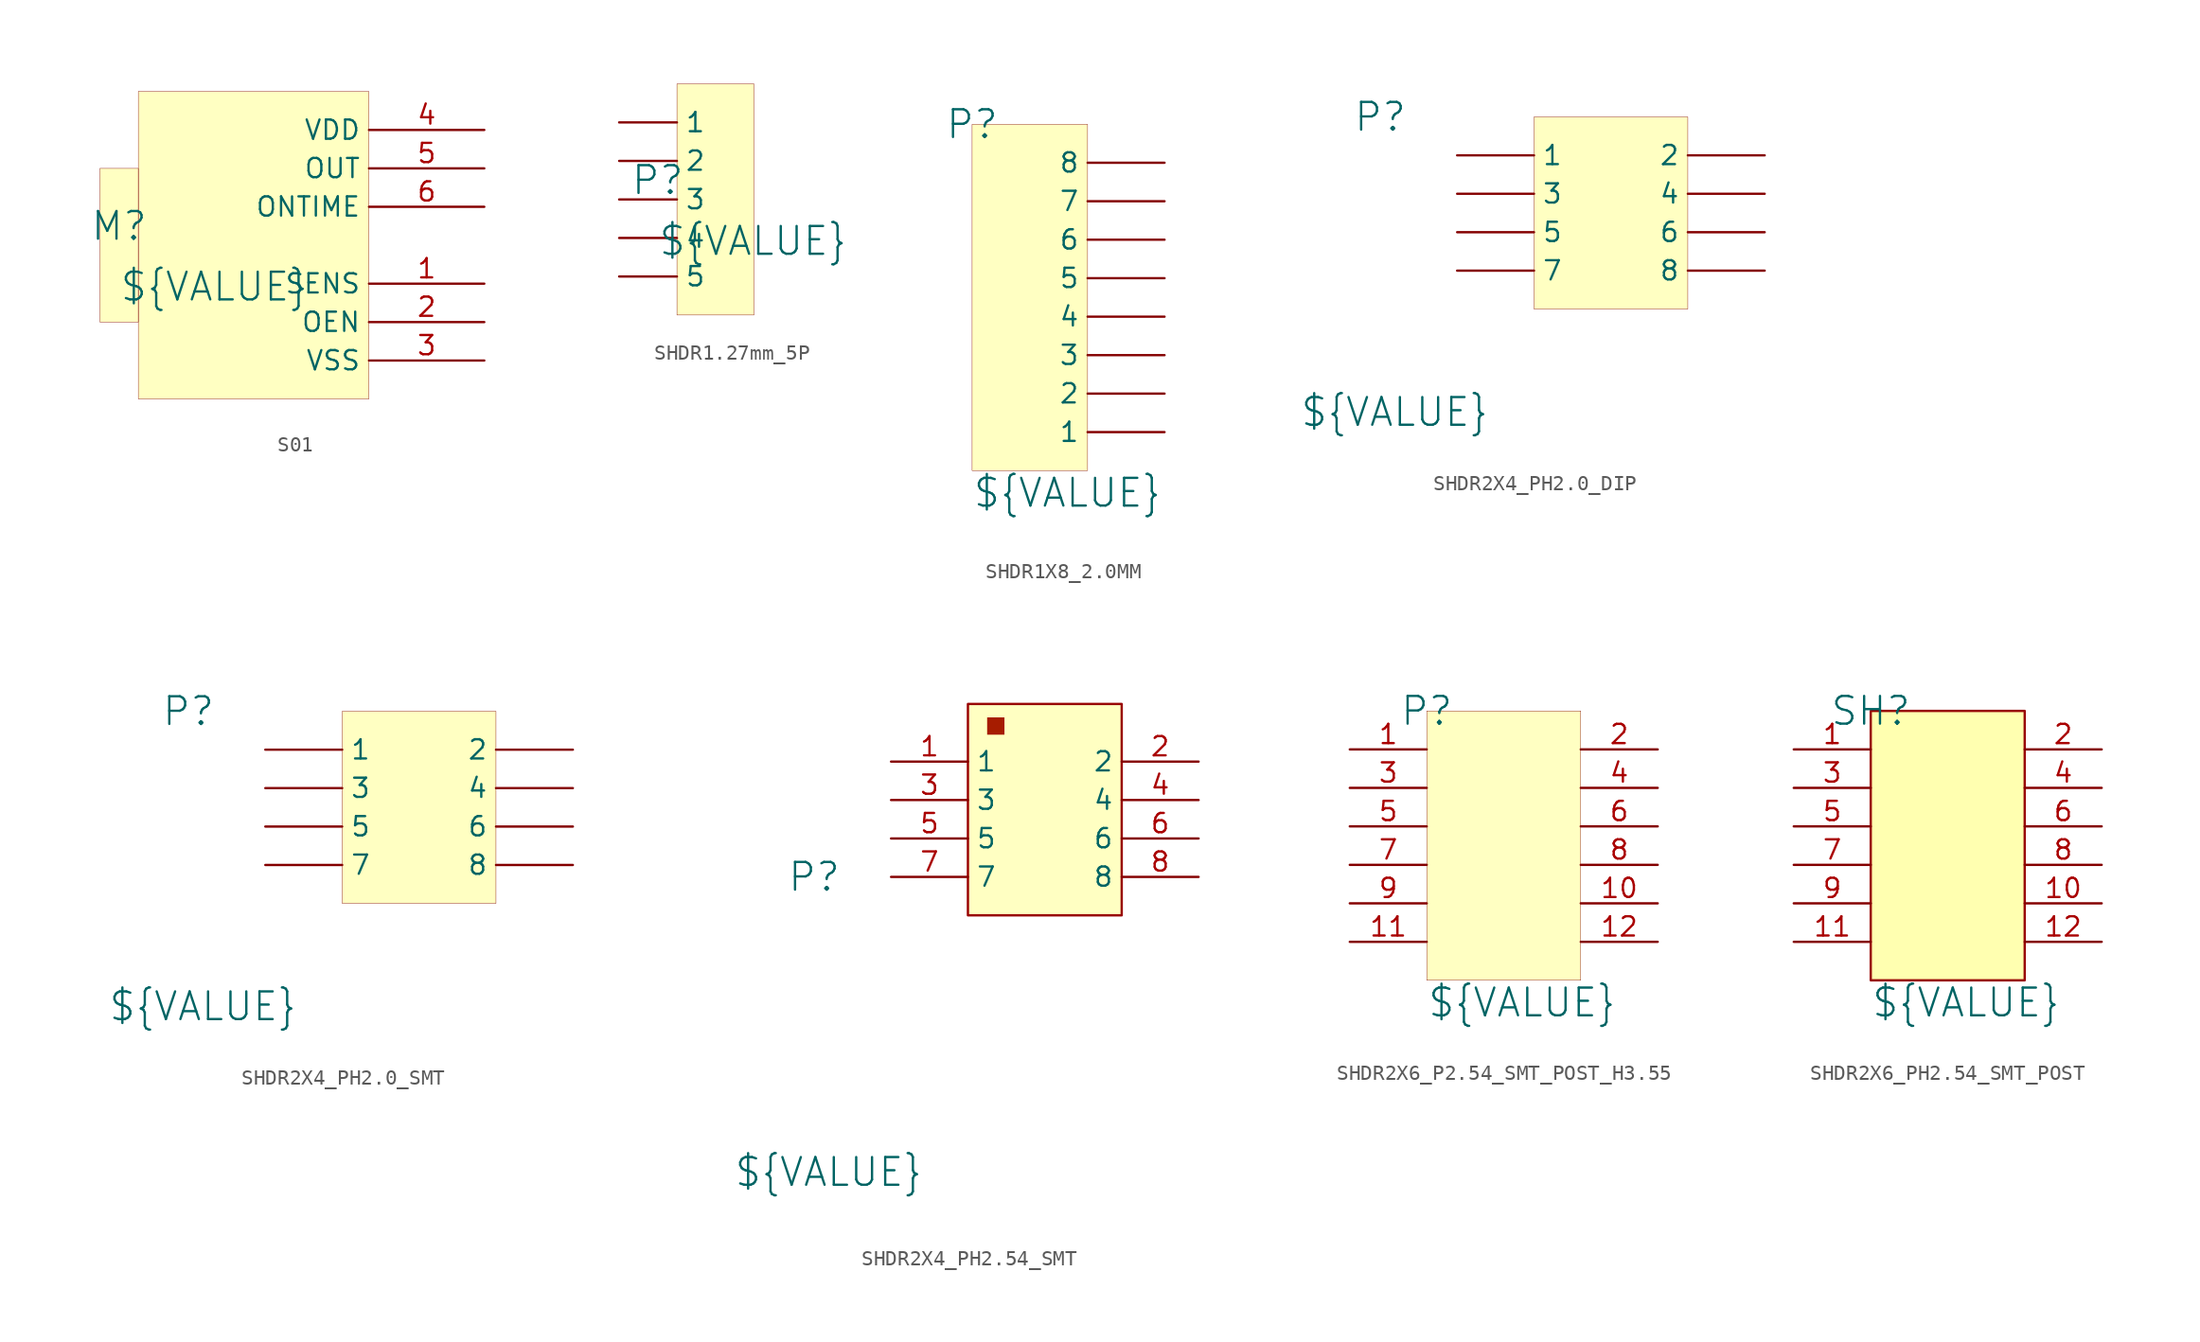
<source format=kicad_sym>
(kicad_symbol_lib
  (version 20241209)
  (generator "kicad_symbol_editor")
  (generator_version "9.0")
  (symbol "S01"
    (property "Reference" "M"
      (at -1.27 1.27 0)
      (effects (font (size 1.829 1.829))))
    (property "Value" "${VALUE}"
      (at -1.27 -3.81 0)
      (effects (font (size 1.829 1.829)) (justify left bottom)))
    (symbol "S01_1_0"
      (rectangle (start 0 10.16) (end 0 10.16) (stroke (width 0.025) (type solid) (color 128 0 0 1)) (fill (type background)))
      (rectangle (start 0 5.08) (end -2.54 -5.08) (stroke (width 0.025) (type solid) (color 128 0 0 1)) (fill (type background)))
      (rectangle (start 15.24 10.16) (end 0 -10.16) (stroke (width 0.025) (type solid) (color 128 0 0 1)) (fill (type background)))
      (pin passive line (at 22.86 7.62 180) (length 7.62) (name "VDD" (effects (font (size 1.27 1.27)))) (number "4" (effects (font (size 1.27 1.27)))))
      (pin passive line (at 22.86 5.08 180) (length 7.62) (name "OUT" (effects (font (size 1.27 1.27)))) (number "5" (effects (font (size 1.27 1.27)))))
      (pin passive line (at 22.86 2.54 180) (length 7.62) (name "ONTIME" (effects (font (size 1.27 1.27)))) (number "6" (effects (font (size 1.27 1.27)))))
      (pin passive line (at 22.86 -2.54 180) (length 7.62) (name "SENS" (effects (font (size 1.27 1.27)))) (number "1" (effects (font (size 1.27 1.27)))))
      (pin passive line (at 22.86 -5.08 180) (length 7.62) (name "OEN" (effects (font (size 1.27 1.27)))) (number "2" (effects (font (size 1.27 1.27)))))
      (pin passive line (at 22.86 -7.62 180) (length 7.62) (name "VSS" (effects (font (size 1.27 1.27)))) (number "3" (effects (font (size 1.27 1.27)))))))
  (symbol "SHDR1.27mm_5P"
    (pin_numbers
      (hide yes))
    (property "Reference" "P"
      (at -1.27 1.27 0)
      (effects (font (size 1.829 1.829))))
    (property "Value" "${VALUE}"
      (at -1.27 -3.81 0)
      (effects (font (size 1.829 1.829)) (justify left bottom)))
    (symbol "SHDR1.27mm_5P_1_0"
      (rectangle (start 5.08 7.62) (end 0 -7.62) (stroke (width 0.025) (type solid) (color 128 0 0 1)) (fill (type background)))
      (pin passive line (at -3.81 5.08 0) (length 3.81) (name "1" (effects (font (size 1.27 1.27)))) (number "1" (effects (font (size 1.27 1.27)))))
      (pin passive line (at -3.81 2.54 0) (length 3.81) (name "2" (effects (font (size 1.27 1.27)))) (number "2" (effects (font (size 1.27 1.27)))))
      (pin passive line (at -3.81 0 0) (length 3.81) (name "3" (effects (font (size 1.27 1.27)))) (number "3" (effects (font (size 1.27 1.27)))))
      (pin passive line (at -3.81 -2.54 0) (length 3.81) (name "4" (effects (font (size 1.27 1.27)))) (number "4" (effects (font (size 1.27 1.27)))))
      (pin passive line (at -3.81 -5.08 0) (length 3.81) (name "5" (effects (font (size 1.27 1.27)))) (number "5" (effects (font (size 1.27 1.27)))))))
  (symbol "SHDR1X8_2.0MM"
    (pin_numbers
      (hide yes))
    (property "Reference" "P"
      (at 0 22.86 0)
      (effects (font (size 1.829 1.829))))
    (property "Value" "${VALUE}"
      (at 0 -2.54 0)
      (effects (font (size 1.829 1.829)) (justify left bottom)))
    (symbol "SHDR1X8_2.0MM_1_0"
      (rectangle (start 7.62 22.86) (end 0 0) (stroke (width 0.025) (type solid) (color 128 0 0 1)) (fill (type background)))
      (pin passive line (at 12.7 20.32 180) (length 5.08) (name "8" (effects (font (size 1.27 1.27)))) (number "8" (effects (font (size 1.27 1.27)))))
      (pin passive line (at 12.7 17.78 180) (length 5.08) (name "7" (effects (font (size 1.27 1.27)))) (number "7" (effects (font (size 1.27 1.27)))))
      (pin passive line (at 12.7 15.24 180) (length 5.08) (name "6" (effects (font (size 1.27 1.27)))) (number "6" (effects (font (size 1.27 1.27)))))
      (pin passive line (at 12.7 12.7 180) (length 5.08) (name "5" (effects (font (size 1.27 1.27)))) (number "5" (effects (font (size 1.27 1.27)))))
      (pin passive line (at 12.7 10.16 180) (length 5.08) (name "4" (effects (font (size 1.27 1.27)))) (number "4" (effects (font (size 1.27 1.27)))))
      (pin passive line (at 12.7 7.62 180) (length 5.08) (name "3" (effects (font (size 1.27 1.27)))) (number "3" (effects (font (size 1.27 1.27)))))
      (pin passive line (at 12.7 5.08 180) (length 5.08) (name "2" (effects (font (size 1.27 1.27)))) (number "2" (effects (font (size 1.27 1.27)))))
      (pin passive line (at 12.7 2.54 180) (length 5.08) (name "1" (effects (font (size 1.27 1.27)))) (number "1" (effects (font (size 1.27 1.27)))))))
  (symbol "SHDR2X4_PH2.0_DIP"
    (pin_numbers
      (hide yes))
    (property "Reference" "P"
      (at -10.16 0 0)
      (effects (font (size 1.829 1.829))))
    (property "Value" "${VALUE}"
      (at -15.494 -20.574 0)
      (effects (font (size 1.829 1.829)) (justify left bottom)))
    (symbol "SHDR2X4_PH2.0_DIP_1_0"
      (rectangle (start 10.16 0) (end 0 -12.7) (stroke (width 0.025) (type solid) (color 128 0 0 1)) (fill (type background)))
      (pin passive line (at -5.08 -2.54 0) (length 5.08) (name "1" (effects (font (size 1.27 1.27)))) (number "1" (effects (font (size 1.27 1.27)))))
      (pin passive line (at -5.08 -5.08 0) (length 5.08) (name "3" (effects (font (size 1.27 1.27)))) (number "3" (effects (font (size 1.27 1.27)))))
      (pin passive line (at -5.08 -7.62 0) (length 5.08) (name "5" (effects (font (size 1.27 1.27)))) (number "5" (effects (font (size 1.27 1.27)))))
      (pin passive line (at -5.08 -10.16 0) (length 5.08) (name "7" (effects (font (size 1.27 1.27)))) (number "7" (effects (font (size 1.27 1.27)))))
      (pin passive line (at 15.24 -2.54 180) (length 5.08) (name "2" (effects (font (size 1.27 1.27)))) (number "2" (effects (font (size 1.27 1.27)))))
      (pin passive line (at 15.24 -5.08 180) (length 5.08) (name "4" (effects (font (size 1.27 1.27)))) (number "4" (effects (font (size 1.27 1.27)))))
      (pin passive line (at 15.24 -7.62 180) (length 5.08) (name "6" (effects (font (size 1.27 1.27)))) (number "6" (effects (font (size 1.27 1.27)))))
      (pin passive line (at 15.24 -10.16 180) (length 5.08) (name "8" (effects (font (size 1.27 1.27)))) (number "8" (effects (font (size 1.27 1.27)))))))
  (symbol "SHDR2X4_PH2.0_SMT"
    (pin_numbers
      (hide yes))
    (property "Reference" "P"
      (at -10.16 0 0)
      (effects (font (size 1.829 1.829))))
    (property "Value" "${VALUE}"
      (at -15.494 -20.574 0)
      (effects (font (size 1.829 1.829)) (justify left bottom)))
    (symbol "SHDR2X4_PH2.0_SMT_1_0"
      (rectangle (start 10.16 0) (end 0 -12.7) (stroke (width 0.025) (type solid) (color 128 0 0 1)) (fill (type background)))
      (pin passive line (at -5.08 -2.54 0) (length 5.08) (name "1" (effects (font (size 1.27 1.27)))) (number "1" (effects (font (size 1.27 1.27)))))
      (pin passive line (at -5.08 -5.08 0) (length 5.08) (name "3" (effects (font (size 1.27 1.27)))) (number "3" (effects (font (size 1.27 1.27)))))
      (pin passive line (at -5.08 -7.62 0) (length 5.08) (name "5" (effects (font (size 1.27 1.27)))) (number "5" (effects (font (size 1.27 1.27)))))
      (pin passive line (at -5.08 -10.16 0) (length 5.08) (name "7" (effects (font (size 1.27 1.27)))) (number "7" (effects (font (size 1.27 1.27)))))
      (pin passive line (at 15.24 -2.54 180) (length 5.08) (name "2" (effects (font (size 1.27 1.27)))) (number "2" (effects (font (size 1.27 1.27)))))
      (pin passive line (at 15.24 -5.08 180) (length 5.08) (name "4" (effects (font (size 1.27 1.27)))) (number "4" (effects (font (size 1.27 1.27)))))
      (pin passive line (at 15.24 -7.62 180) (length 5.08) (name "6" (effects (font (size 1.27 1.27)))) (number "6" (effects (font (size 1.27 1.27)))))
      (pin passive line (at 15.24 -10.16 180) (length 5.08) (name "8" (effects (font (size 1.27 1.27)))) (number "8" (effects (font (size 1.27 1.27)))))))
  (symbol "SHDR2X4_PH2.54_SMT"
    (property "Reference" "P"
      (at -10.16 0 0)
      (effects (font (size 1.829 1.829))))
    (property "Value" "${VALUE}"
      (at -15.494 -20.574 0)
      (effects (font (size 1.829 1.829)) (justify left bottom)))
    (symbol "SHDR2X4_PH2.54_SMT_1_0"
      (rectangle (start 0 11.43) (end 10.16 -2.54) (stroke (width 0) (type solid) (color 152 0 0 1)) (fill (type background)))
      (rectangle (start 2.413 10.541) (end 1.27 9.398) (stroke (width -0.0001) (type solid) (color 166 28 0 1)) (fill (type outline)))
      (pin passive line (at -5.08 7.62 0) (length 5.08) (name "1" (effects (font (size 1.27 1.27)))) (number "1" (effects (font (size 1.27 1.27)))))
      (pin passive line (at -5.08 5.08 0) (length 5.08) (name "3" (effects (font (size 1.27 1.27)))) (number "3" (effects (font (size 1.27 1.27)))))
      (pin passive line (at -5.08 2.54 0) (length 5.08) (name "5" (effects (font (size 1.27 1.27)))) (number "5" (effects (font (size 1.27 1.27)))))
      (pin passive line (at -5.08 0 0) (length 5.08) (name "7" (effects (font (size 1.27 1.27)))) (number "7" (effects (font (size 1.27 1.27)))))
      (pin passive line (at 15.24 7.62 180) (length 5.08) (name "2" (effects (font (size 1.27 1.27)))) (number "2" (effects (font (size 1.27 1.27)))))
      (pin passive line (at 15.24 5.08 180) (length 5.08) (name "4" (effects (font (size 1.27 1.27)))) (number "4" (effects (font (size 1.27 1.27)))))
      (pin passive line (at 15.24 2.54 180) (length 5.08) (name "6" (effects (font (size 1.27 1.27)))) (number "6" (effects (font (size 1.27 1.27)))))
      (pin passive line (at 15.24 0 180) (length 5.08) (name "8" (effects (font (size 1.27 1.27)))) (number "8" (effects (font (size 1.27 1.27)))))))
  (symbol "SHDR2X6_P2.54_SMT_POST_H3.55"
    (pin_names
      (hide yes))
    (property "Reference" "P"
      (at 0 0 0)
      (effects (font (size 1.829 1.829))))
    (property "Value" "${VALUE}"
      (at 0 -20.32 0)
      (effects (font (size 1.829 1.829)) (justify left bottom)))
    (symbol "SHDR2X6_P2.54_SMT_POST_H3.55_1_0"
      (rectangle (start 10.16 0) (end 0 -17.78) (stroke (width 0.025) (type solid) (color 128 0 0 1)) (fill (type background)))
      (pin passive line (at -5.08 -2.54 0) (length 5.08) (name "1" (effects (font (size 1.27 1.27)))) (number "1" (effects (font (size 1.27 1.27)))))
      (pin passive line (at -5.08 -5.08 0) (length 5.08) (name "3" (effects (font (size 1.27 1.27)))) (number "3" (effects (font (size 1.27 1.27)))))
      (pin passive line (at -5.08 -7.62 0) (length 5.08) (name "5" (effects (font (size 1.27 1.27)))) (number "5" (effects (font (size 1.27 1.27)))))
      (pin passive line (at -5.08 -10.16 0) (length 5.08) (name "7" (effects (font (size 1.27 1.27)))) (number "7" (effects (font (size 1.27 1.27)))))
      (pin passive line (at -5.08 -12.7 0) (length 5.08) (name "9" (effects (font (size 1.27 1.27)))) (number "9" (effects (font (size 1.27 1.27)))))
      (pin passive line (at -5.08 -15.24 0) (length 5.08) (name "11" (effects (font (size 1.27 1.27)))) (number "11" (effects (font (size 1.27 1.27)))))
      (pin passive line (at 15.24 -2.54 180) (length 5.08) (name "2" (effects (font (size 1.27 1.27)))) (number "2" (effects (font (size 1.27 1.27)))))
      (pin passive line (at 15.24 -5.08 180) (length 5.08) (name "4" (effects (font (size 1.27 1.27)))) (number "4" (effects (font (size 1.27 1.27)))))
      (pin passive line (at 15.24 -7.62 180) (length 5.08) (name "6" (effects (font (size 1.27 1.27)))) (number "6" (effects (font (size 1.27 1.27)))))
      (pin passive line (at 15.24 -10.16 180) (length 5.08) (name "8" (effects (font (size 1.27 1.27)))) (number "8" (effects (font (size 1.27 1.27)))))
      (pin passive line (at 15.24 -12.7 180) (length 5.08) (name "10" (effects (font (size 1.27 1.27)))) (number "10" (effects (font (size 1.27 1.27)))))
      (pin passive line (at 15.24 -15.24 180) (length 5.08) (name "12" (effects (font (size 1.27 1.27)))) (number "12" (effects (font (size 1.27 1.27)))))))
  (symbol "SHDR2X6_PH2.54_SMT_POST"
    (pin_names
      (hide yes))
    (property "Reference" "SH"
      (at 0 10.16 0)
      (effects (font (size 1.829 1.829))))
    (property "Value" "${VALUE}"
      (at 0 -10.16 0)
      (effects (font (size 1.829 1.829)) (justify left bottom)))
    (symbol "SHDR2X6_PH2.54_SMT_POST_1_0"
      (rectangle (start 0 10.16) (end 10.16 -7.62) (stroke (width 0) (type solid) (color 152 0 0 1)) (fill (type color) (color 255 255 176 1)))
      (pin passive line (at -5.08 7.62 0) (length 5.08) (name "1" (effects (font (size 1.27 1.27)))) (number "1" (effects (font (size 1.27 1.27)))))
      (pin passive line (at -5.08 5.08 0) (length 5.08) (name "3" (effects (font (size 1.27 1.27)))) (number "3" (effects (font (size 1.27 1.27)))))
      (pin passive line (at -5.08 2.54 0) (length 5.08) (name "5" (effects (font (size 1.27 1.27)))) (number "5" (effects (font (size 1.27 1.27)))))
      (pin passive line (at -5.08 0 0) (length 5.08) (name "7" (effects (font (size 1.27 1.27)))) (number "7" (effects (font (size 1.27 1.27)))))
      (pin passive line (at -5.08 -2.54 0) (length 5.08) (name "9" (effects (font (size 1.27 1.27)))) (number "9" (effects (font (size 1.27 1.27)))))
      (pin passive line (at -5.08 -5.08 0) (length 5.08) (name "11" (effects (font (size 1.27 1.27)))) (number "11" (effects (font (size 1.27 1.27)))))
      (pin passive line (at 15.24 7.62 180) (length 5.08) (name "2" (effects (font (size 1.27 1.27)))) (number "2" (effects (font (size 1.27 1.27)))))
      (pin passive line (at 15.24 5.08 180) (length 5.08) (name "4" (effects (font (size 1.27 1.27)))) (number "4" (effects (font (size 1.27 1.27)))))
      (pin passive line (at 15.24 2.54 180) (length 5.08) (name "6" (effects (font (size 1.27 1.27)))) (number "6" (effects (font (size 1.27 1.27)))))
      (pin passive line (at 15.24 0 180) (length 5.08) (name "8" (effects (font (size 1.27 1.27)))) (number "8" (effects (font (size 1.27 1.27)))))
      (pin passive line (at 15.24 -2.54 180) (length 5.08) (name "10" (effects (font (size 1.27 1.27)))) (number "10" (effects (font (size 1.27 1.27)))))
      (pin passive line (at 15.24 -5.08 180) (length 5.08) (name "12" (effects (font (size 1.27 1.27)))) (number "12" (effects (font (size 1.27 1.27))))))))
</source>
